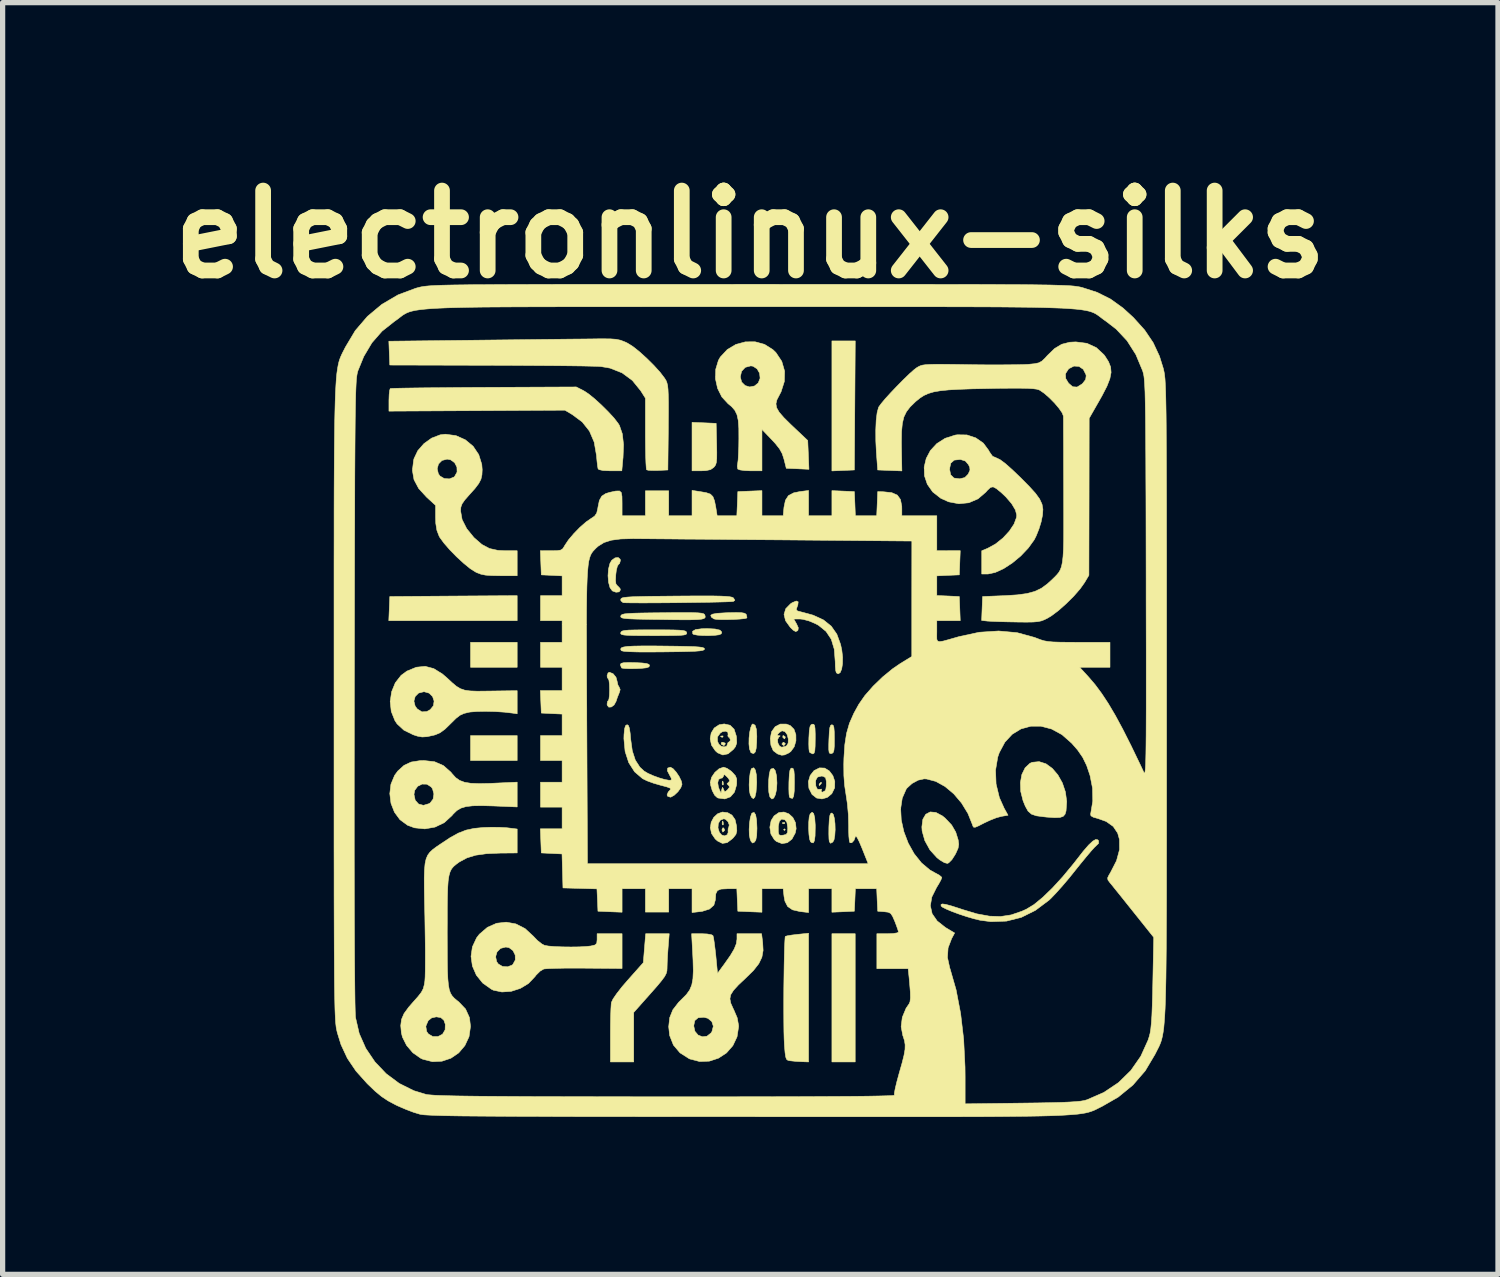
<source format=kicad_pcb>
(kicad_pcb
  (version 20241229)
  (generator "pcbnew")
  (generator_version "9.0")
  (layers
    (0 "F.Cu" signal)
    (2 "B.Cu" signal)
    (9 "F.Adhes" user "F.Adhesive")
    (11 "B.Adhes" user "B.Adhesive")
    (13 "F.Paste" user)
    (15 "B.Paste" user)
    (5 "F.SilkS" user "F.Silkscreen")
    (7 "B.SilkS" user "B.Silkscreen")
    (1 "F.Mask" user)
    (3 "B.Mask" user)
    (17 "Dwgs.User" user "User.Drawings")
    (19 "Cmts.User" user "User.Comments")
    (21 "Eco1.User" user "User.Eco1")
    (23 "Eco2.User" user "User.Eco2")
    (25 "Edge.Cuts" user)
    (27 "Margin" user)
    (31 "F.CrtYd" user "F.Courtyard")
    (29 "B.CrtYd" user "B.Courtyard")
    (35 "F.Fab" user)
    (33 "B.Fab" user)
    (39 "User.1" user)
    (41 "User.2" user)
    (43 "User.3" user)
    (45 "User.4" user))
  (footprint "electronlinux-silks"
    (layer "F.Cu")
    (at 11.256 10.308)
    (property "Reference" "electronlinux-silks" (at 0 -8.89 0) (layer "F.SilkS") (effects (font (size 1.524 1.524) (thickness 0.3))))
    (attr through_hole)
    (fp_poly (pts (xy -4.445 -0.635) (xy -5.334 -0.635) (xy -5.334 -1.111) (xy -4.445 -1.111) (xy -4.445 -0.635)) (stroke (width 0.01) (type solid)) (fill yes) (layer "F.SilkS"))
    (fp_poly (pts (xy -4.445 1.143) (xy -5.334 1.143) (xy -5.334 0.667) (xy -4.445 0.667) (xy -4.445 1.143)) (stroke (width 0.01) (type solid)) (fill yes) (layer "F.SilkS"))
    (fp_poly (pts (xy 0.667 2.461) (xy 0.651 2.477) (xy 0.635 2.461) (xy 0.651 2.445) (xy 0.667 2.461)) (stroke (width 0.01) (type solid)) (fill yes) (layer "F.SilkS"))
    (fp_poly (pts (xy 2 6.89) (xy 1.556 6.89) (xy 1.556 4.445) (xy 2 4.445) (xy 2 6.89)) (stroke (width 0.01) (type solid)) (fill yes) (layer "F.SilkS"))
    (fp_poly (pts (xy -4.445 -1.524) (xy -6.893 -1.524) (xy -6.883 -1.754) (xy -6.874 -1.984) (xy -5.659 -1.993) (xy -4.445 -2.001) (xy -4.445 -1.524)) (stroke (width 0.01) (type solid)) (fill yes) (layer "F.SilkS"))
    (fp_poly (pts (xy -0.519 0.677) (xy -0.523 0.696) (xy -0.54 0.699) (xy -0.566 0.687) (xy -0.561 0.677) (xy -0.523 0.674) (xy -0.519 0.677)) (stroke (width 0.01) (type solid)) (fill yes) (layer "F.SilkS"))
    (fp_poly (pts (xy -0.518 1.55) (xy -0.514 1.599) (xy -0.521 1.611) (xy -0.535 1.601) (xy -0.537 1.569) (xy -0.529 1.535) (xy -0.518 1.55)) (stroke (width 0.01) (type solid)) (fill yes) (layer "F.SilkS"))
    (fp_poly (pts (xy -0.518 2.312) (xy -0.514 2.361) (xy -0.521 2.373) (xy -0.535 2.363) (xy -0.537 2.331) (xy -0.529 2.297) (xy -0.518 2.312)) (stroke (width 0.01) (type solid)) (fill yes) (layer "F.SilkS"))
    (fp_poly (pts (xy 0.656 2.328) (xy 0.652 2.347) (xy 0.635 2.349) (xy 0.609 2.338) (xy 0.614 2.328) (xy 0.652 2.325) (xy 0.656 2.328)) (stroke (width 0.01) (type solid)) (fill yes) (layer "F.SilkS"))
    (fp_poly (pts (xy 1.984 -4.397) (xy 1.77 -4.388) (xy 1.556 -4.379) (xy 1.556 -6.858) (xy 1.778 -6.858) (xy 2.001 -6.858) (xy 1.984 -4.397)) (stroke (width 0.01) (type solid)) (fill yes) (layer "F.SilkS"))
    (fp_poly (pts (xy -0.507 2.429) (xy -0.489 2.467) (xy -0.493 2.479) (xy -0.524 2.507) (xy -0.539 2.475) (xy -0.54 2.459) (xy -0.524 2.426) (xy -0.507 2.429)) (stroke (width 0.01) (type solid)) (fill yes) (layer "F.SilkS"))
    (fp_poly (pts (xy -0.482 0.81) (xy -0.476 0.826) (xy -0.499 0.856) (xy -0.506 0.857) (xy -0.549 0.834) (xy -0.556 0.826) (xy -0.548 0.798) (xy -0.526 0.794) (xy -0.482 0.81)) (stroke (width 0.01) (type solid)) (fill yes) (layer "F.SilkS"))
    (fp_poly (pts (xy 0.665 0.69) (xy 0.667 0.699) (xy 0.656 0.729) (xy 0.653 0.73) (xy 0.626 0.708) (xy 0.619 0.699) (xy 0.622 0.669) (xy 0.633 0.667) (xy 0.665 0.69)) (stroke (width 0.01) (type solid)) (fill yes) (layer "F.SilkS"))
    (fp_poly (pts (xy 0.666 0.818) (xy 0.667 0.826) (xy 0.643 0.856) (xy 0.635 0.857) (xy 0.604 0.833) (xy 0.603 0.826) (xy 0.627 0.795) (xy 0.635 0.794) (xy 0.666 0.818)) (stroke (width 0.01) (type solid)) (fill yes) (layer "F.SilkS"))
    (fp_poly (pts (xy 1.355 1.576) (xy 1.349 1.587) (xy 1.319 1.618) (xy 1.314 1.619) (xy 1.312 1.599) (xy 1.318 1.587) (xy 1.348 1.557) (xy 1.353 1.556) (xy 1.355 1.576)) (stroke (width 0.01) (type solid)) (fill yes) (layer "F.SilkS"))
    (fp_poly (pts (xy -0.881 -5.296) (xy -0.651 -5.286) (xy -0.642 -4.898) (xy -0.639 -4.733) (xy -0.64 -4.619) (xy -0.647 -4.544) (xy -0.661 -4.495) (xy -0.684 -4.461) (xy -0.698 -4.446) (xy -0.758 -4.404) (xy -0.846 -4.385) (xy -0.937 -4.381) (xy -1.111 -4.381) (xy -1.111 -5.305) (xy -0.881 -5.296)) (stroke (width 0.01) (type solid)) (fill yes) (layer "F.SilkS"))
    (fp_poly (pts (xy -0.671 -1.365) (xy -0.578 -1.343) (xy -0.544 -1.306) (xy -0.554 -1.273) (xy -0.595 -1.255) (xy -0.68 -1.244) (xy -0.791 -1.239) (xy -0.907 -1.24) (xy -1.009 -1.248) (xy -1.079 -1.261) (xy -1.097 -1.273) (xy -1.101 -1.321) (xy -1.044 -1.354) (xy -0.926 -1.37) (xy -0.824 -1.373) (xy -0.671 -1.365)) (stroke (width 0.01) (type solid)) (fill yes) (layer "F.SilkS"))
    (fp_poly (pts (xy 0.097 1.325) (xy 0.116 1.418) (xy 0.122 1.554) (xy 0.12 1.606) (xy 0.109 1.749) (xy 0.088 1.838) (xy 0.059 1.871) (xy 0.025 1.845) (xy -0.003 1.789) (xy -0.018 1.712) (xy -0.022 1.605) (xy -0.017 1.487) (xy -0.003 1.381) (xy 0.017 1.309) (xy 0.027 1.294) (xy 0.066 1.281) (xy 0.097 1.325)) (stroke (width 0.01) (type solid)) (fill yes) (layer "F.SilkS"))
    (fp_poly (pts (xy 0.102 2.179) (xy 0.12 2.282) (xy 0.127 2.433) (xy 0.122 2.572) (xy 0.105 2.659) (xy 0.08 2.698) (xy 0.043 2.716) (xy 0.015 2.686) (xy -0.002 2.647) (xy -0.019 2.566) (xy -0.022 2.455) (xy -0.015 2.335) (xy 0.001 2.228) (xy 0.025 2.156) (xy 0.033 2.145) (xy 0.072 2.132) (xy 0.102 2.179)) (stroke (width 0.01) (type solid)) (fill yes) (layer "F.SilkS"))
    (fp_poly (pts (xy 0.477 1.337) (xy 0.5 1.435) (xy 0.508 1.572) (xy 0.5 1.697) (xy 0.478 1.795) (xy 0.447 1.858) (xy 0.412 1.877) (xy 0.378 1.844) (xy 0.369 1.823) (xy 0.353 1.746) (xy 0.347 1.638) (xy 0.35 1.519) (xy 0.361 1.41) (xy 0.379 1.33) (xy 0.395 1.304) (xy 0.441 1.292) (xy 0.477 1.337)) (stroke (width 0.01) (type solid)) (fill yes) (layer "F.SilkS"))
    (fp_poly (pts (xy 1.208 2.153) (xy 1.228 2.235) (xy 1.238 2.371) (xy 1.238 2.429) (xy 1.235 2.58) (xy 1.222 2.674) (xy 1.2 2.714) (xy 1.166 2.706) (xy 1.148 2.691) (xy 1.13 2.641) (xy 1.118 2.549) (xy 1.112 2.434) (xy 1.114 2.318) (xy 1.123 2.22) (xy 1.14 2.163) (xy 1.178 2.128) (xy 1.208 2.153)) (stroke (width 0.01) (type solid)) (fill yes) (layer "F.SilkS"))
    (fp_poly (pts (xy 0.091 0.47) (xy 0.116 0.547) (xy 0.124 0.681) (xy 0.121 0.794) (xy 0.112 0.911) (xy 0.096 0.978) (xy 0.069 1.006) (xy 0.058 1.01) (xy 0.013 0.994) (xy -0.016 0.921) (xy -0.016 0.921) (xy -0.026 0.826) (xy -0.024 0.715) (xy -0.012 0.604) (xy 0.009 0.511) (xy 0.034 0.454) (xy 0.05 0.445) (xy 0.091 0.47)) (stroke (width 0.01) (type solid)) (fill yes) (layer "F.SilkS"))
    (fp_poly (pts (xy -2.199 -0.724) (xy -2.061 -0.717) (xy -1.975 -0.706) (xy -1.932 -0.69) (xy -1.921 -0.667) (xy -1.934 -0.642) (xy -1.981 -0.625) (xy -2.073 -0.615) (xy -2.176 -0.61) (xy -2.298 -0.608) (xy -2.395 -0.612) (xy -2.449 -0.62) (xy -2.454 -0.623) (xy -2.475 -0.673) (xy -2.477 -0.689) (xy -2.463 -0.71) (xy -2.416 -0.722) (xy -2.325 -0.726) (xy -2.199 -0.724)) (stroke (width 0.01) (type solid)) (fill yes) (layer "F.SilkS"))
    (fp_poly (pts (xy 1.58 0.472) (xy 1.594 0.514) (xy 1.601 0.597) (xy 1.603 0.73) (xy 1.602 0.863) (xy 1.595 0.945) (xy 1.581 0.989) (xy 1.557 1.008) (xy 1.547 1.01) (xy 1.52 1.01) (xy 1.503 0.989) (xy 1.496 0.935) (xy 1.496 0.837) (xy 1.499 0.741) (xy 1.506 0.602) (xy 1.516 0.516) (xy 1.532 0.472) (xy 1.556 0.46) (xy 1.58 0.472)) (stroke (width 0.01) (type solid)) (fill yes) (layer "F.SilkS"))
    (fp_poly (pts (xy 1.583 2.172) (xy 1.603 2.246) (xy 1.615 2.349) (xy 1.618 2.463) (xy 1.611 2.572) (xy 1.596 2.656) (xy 1.573 2.697) (xy 1.531 2.721) (xy 1.508 2.693) (xy 1.507 2.692) (xy 1.5 2.639) (xy 1.497 2.543) (xy 1.498 2.421) (xy 1.499 2.394) (xy 1.506 2.264) (xy 1.518 2.186) (xy 1.537 2.149) (xy 1.556 2.143) (xy 1.583 2.172)) (stroke (width 0.01) (type solid)) (fill yes) (layer "F.SilkS"))
    (fp_poly (pts (xy 0.817 1.297) (xy 0.832 1.338) (xy 0.839 1.419) (xy 0.841 1.552) (xy 0.841 1.569) (xy 0.838 1.723) (xy 0.827 1.819) (xy 0.807 1.862) (xy 0.802 1.865) (xy 0.757 1.853) (xy 0.745 1.833) (xy 0.738 1.782) (xy 0.735 1.685) (xy 0.736 1.563) (xy 0.737 1.537) (xy 0.744 1.406) (xy 0.756 1.328) (xy 0.775 1.292) (xy 0.794 1.286) (xy 0.817 1.297)) (stroke (width 0.01) (type solid)) (fill yes) (layer "F.SilkS"))
    (fp_poly (pts (xy -0.169 -1.676) (xy -0.111 -1.666) (xy -0.082 -1.648) (xy -0.075 -1.635) (xy -0.064 -1.586) (xy -0.068 -1.574) (xy -0.111 -1.563) (xy -0.2 -1.554) (xy -0.316 -1.547) (xy -0.442 -1.544) (xy -0.559 -1.544) (xy -0.65 -1.549) (xy -0.693 -1.557) (xy -0.744 -1.593) (xy -0.754 -1.627) (xy -0.721 -1.648) (xy -0.633 -1.664) (xy -0.488 -1.673) (xy -0.418 -1.676) (xy -0.267 -1.679) (xy -0.169 -1.676)) (stroke (width 0.01) (type solid)) (fill yes) (layer "F.SilkS"))
    (fp_poly (pts (xy 1.209 0.452) (xy 1.226 0.475) (xy 1.234 0.532) (xy 1.238 0.634) (xy 1.238 0.728) (xy 1.236 0.867) (xy 1.23 0.955) (xy 1.217 1) (xy 1.195 1.016) (xy 1.19 1.016) (xy 1.137 0.992) (xy 1.125 0.973) (xy 1.118 0.922) (xy 1.115 0.827) (xy 1.117 0.708) (xy 1.118 0.696) (xy 1.125 0.572) (xy 1.138 0.498) (xy 1.158 0.461) (xy 1.183 0.45) (xy 1.209 0.452)) (stroke (width 0.01) (type solid)) (fill yes) (layer "F.SilkS"))
    (fp_poly (pts (xy 3.539 2.133) (xy 3.664 2.2) (xy 3.717 2.244) (xy 3.839 2.373) (xy 3.917 2.508) (xy 3.963 2.656) (xy 3.974 2.739) (xy 3.962 2.814) (xy 3.921 2.907) (xy 3.905 2.937) (xy 3.843 3.034) (xy 3.784 3.093) (xy 3.759 3.105) (xy 3.7 3.09) (xy 3.616 3.04) (xy 3.559 2.995) (xy 3.425 2.847) (xy 3.328 2.671) (xy 3.276 2.486) (xy 3.271 2.409) (xy 3.29 2.263) (xy 3.346 2.167) (xy 3.431 2.123) (xy 3.539 2.133)) (stroke (width 0.01) (type solid)) (fill yes) (layer "F.SilkS"))
    (fp_poly (pts (xy -2.481 -2.695) (xy -2.477 -2.67) (xy -2.493 -2.613) (xy -2.513 -2.597) (xy -2.535 -2.561) (xy -2.555 -2.481) (xy -2.565 -2.399) (xy -2.57 -2.288) (xy -2.562 -2.224) (xy -2.536 -2.19) (xy -2.528 -2.185) (xy -2.484 -2.138) (xy -2.477 -2.11) (xy -2.501 -2.073) (xy -2.56 -2.066) (xy -2.63 -2.091) (xy -2.675 -2.153) (xy -2.703 -2.256) (xy -2.713 -2.381) (xy -2.704 -2.508) (xy -2.676 -2.617) (xy -2.642 -2.675) (xy -2.579 -2.721) (xy -2.519 -2.728) (xy -2.481 -2.695)) (stroke (width 0.01) (type solid)) (fill yes) (layer "F.SilkS"))
    (fp_poly (pts (xy 5.637 1.205) (xy 5.758 1.293) (xy 5.864 1.417) (xy 5.95 1.57) (xy 6.008 1.742) (xy 6.033 1.925) (xy 6.02 2.105) (xy 6.001 2.167) (xy 5.966 2.207) (xy 5.904 2.228) (xy 5.804 2.232) (xy 5.655 2.222) (xy 5.591 2.215) (xy 5.454 2.197) (xy 5.361 2.165) (xy 5.296 2.108) (xy 5.243 2.013) (xy 5.2 1.907) (xy 5.156 1.732) (xy 5.15 1.562) (xy 5.178 1.408) (xy 5.24 1.282) (xy 5.33 1.197) (xy 5.374 1.177) (xy 5.507 1.164) (xy 5.637 1.205)) (stroke (width 0.01) (type solid)) (fill yes) (layer "F.SilkS"))
    (fp_poly (pts (xy -2.616 -0.512) (xy -2.561 -0.445) (xy -2.54 -0.369) (xy -2.524 -0.296) (xy -2.503 -0.261) (xy -2.481 -0.209) (xy -2.498 -0.151) (xy -2.533 -0.066) (xy -2.56 0.016) (xy -2.598 0.084) (xy -2.65 0.122) (xy -2.699 0.125) (xy -2.728 0.088) (xy -2.731 0.066) (xy -2.721 0.013) (xy -2.707 0) (xy -2.695 -0.029) (xy -2.686 -0.105) (xy -2.683 -0.206) (xy -2.686 -0.311) (xy -2.695 -0.386) (xy -2.707 -0.413) (xy -2.726 -0.439) (xy -2.731 -0.476) (xy -2.712 -0.528) (xy -2.685 -0.54) (xy -2.616 -0.512)) (stroke (width 0.01) (type solid)) (fill yes) (layer "F.SilkS"))
    (fp_poly (pts (xy -1.567 4.707) (xy -1.577 4.849) (xy -1.584 4.985) (xy -1.587 5.088) (xy -1.587 5.1) (xy -1.59 5.154) (xy -1.604 5.204) (xy -1.634 5.262) (xy -1.688 5.335) (xy -1.77 5.435) (xy -1.889 5.57) (xy -1.905 5.588) (xy -2.223 5.946) (xy -2.223 6.89) (xy -2.667 6.89) (xy -2.667 6.37) (xy -2.666 6.187) (xy -2.663 6.02) (xy -2.658 5.882) (xy -2.652 5.787) (xy -2.648 5.755) (xy -2.617 5.689) (xy -2.547 5.587) (xy -2.444 5.455) (xy -2.335 5.329) (xy -2.04 4.997) (xy -1.995 4.445) (xy -1.546 4.445) (xy -1.567 4.707)) (stroke (width 0.01) (type solid)) (fill yes) (layer "F.SilkS"))
    (fp_poly (pts (xy 1.111 6.89) (xy 0.976 6.885) (xy 0.868 6.879) (xy 0.772 6.869) (xy 0.757 6.867) (xy 0.717 6.859) (xy 0.691 6.839) (xy 0.675 6.795) (xy 0.663 6.716) (xy 0.652 6.588) (xy 0.65 6.556) (xy 0.645 6.455) (xy 0.641 6.311) (xy 0.639 6.133) (xy 0.638 5.93) (xy 0.638 5.711) (xy 0.639 5.485) (xy 0.642 5.263) (xy 0.645 5.052) (xy 0.649 4.863) (xy 0.653 4.703) (xy 0.659 4.583) (xy 0.664 4.512) (xy 0.668 4.496) (xy 0.706 4.485) (xy 0.789 4.471) (xy 0.898 4.458) (xy 1.111 4.436) (xy 1.111 6.89)) (stroke (width 0.01) (type solid)) (fill yes) (layer "F.SilkS"))
    (fp_poly (pts (xy -1.84 -1.042) (xy -1.649 -1.04) (xy -1.404 -1.037) (xy -1.215 -1.033) (xy -1.076 -1.029) (xy -0.979 -1.022) (xy -0.918 -1.014) (xy -0.885 -1.002) (xy -0.873 -0.988) (xy -0.873 -0.984) (xy -0.881 -0.969) (xy -0.908 -0.957) (xy -0.962 -0.948) (xy -1.049 -0.941) (xy -1.178 -0.936) (xy -1.353 -0.932) (xy -1.584 -0.929) (xy -1.657 -0.928) (xy -1.932 -0.926) (xy -2.147 -0.927) (xy -2.304 -0.932) (xy -2.406 -0.939) (xy -2.456 -0.95) (xy -2.462 -0.955) (xy -2.472 -0.983) (xy -2.459 -1.005) (xy -2.418 -1.021) (xy -2.341 -1.033) (xy -2.223 -1.039) (xy -2.058 -1.042) (xy -1.84 -1.042)) (stroke (width 0.01) (type solid)) (fill yes) (layer "F.SilkS"))
    (fp_poly (pts (xy -1.628 -1.349) (xy -1.469 -1.347) (xy -1.358 -1.343) (xy -1.284 -1.337) (xy -1.241 -1.326) (xy -1.22 -1.312) (xy -1.213 -1.294) (xy -1.213 -1.275) (xy -1.228 -1.261) (xy -1.265 -1.251) (xy -1.333 -1.244) (xy -1.439 -1.241) (xy -1.592 -1.239) (xy -1.798 -1.238) (xy -1.841 -1.238) (xy -2.059 -1.239) (xy -2.22 -1.24) (xy -2.334 -1.244) (xy -2.408 -1.25) (xy -2.45 -1.259) (xy -2.469 -1.272) (xy -2.471 -1.29) (xy -2.47 -1.294) (xy -2.462 -1.313) (xy -2.439 -1.327) (xy -2.394 -1.337) (xy -2.319 -1.344) (xy -2.204 -1.347) (xy -2.042 -1.349) (xy -1.841 -1.349) (xy -1.628 -1.349)) (stroke (width 0.01) (type solid)) (fill yes) (layer "F.SilkS"))
    (fp_poly (pts (xy 0.734 2.159) (xy 0.811 2.229) (xy 0.861 2.327) (xy 0.874 2.443) (xy 0.857 2.525) (xy 0.794 2.641) (xy 0.706 2.71) (xy 0.604 2.727) (xy 0.5 2.687) (xy 0.459 2.653) (xy 0.393 2.546) (xy 0.373 2.417) (xy 0.534 2.417) (xy 0.534 2.511) (xy 0.546 2.557) (xy 0.577 2.57) (xy 0.627 2.566) (xy 0.684 2.552) (xy 0.709 2.516) (xy 0.714 2.437) (xy 0.714 2.432) (xy 0.698 2.323) (xy 0.66 2.274) (xy 0.597 2.259) (xy 0.554 2.301) (xy 0.534 2.396) (xy 0.534 2.417) (xy 0.373 2.417) (xy 0.372 2.417) (xy 0.397 2.288) (xy 0.453 2.199) (xy 0.545 2.135) (xy 0.642 2.125) (xy 0.734 2.159)) (stroke (width 0.01) (type solid)) (fill yes) (layer "F.SilkS"))
    (fp_poly (pts (xy -1.095 -1.677) (xy -0.996 -1.673) (xy -0.93 -1.666) (xy -0.891 -1.656) (xy -0.873 -1.642) (xy -0.868 -1.634) (xy -0.86 -1.605) (xy -0.862 -1.583) (xy -0.883 -1.565) (xy -0.927 -1.553) (xy -1.002 -1.545) (xy -1.115 -1.541) (xy -1.27 -1.54) (xy -1.475 -1.542) (xy -1.736 -1.546) (xy -1.788 -1.546) (xy -2.015 -1.55) (xy -2.187 -1.554) (xy -2.31 -1.559) (xy -2.392 -1.566) (xy -2.441 -1.575) (xy -2.465 -1.588) (xy -2.471 -1.604) (xy -2.47 -1.612) (xy -2.462 -1.629) (xy -2.441 -1.642) (xy -2.399 -1.653) (xy -2.329 -1.66) (xy -2.223 -1.666) (xy -2.075 -1.67) (xy -1.876 -1.673) (xy -1.674 -1.675) (xy -1.427 -1.678) (xy -1.237 -1.678) (xy -1.095 -1.677)) (stroke (width 0.01) (type solid)) (fill yes) (layer "F.SilkS"))
    (fp_poly (pts (xy -0.7 -1.995) (xy -0.561 -1.992) (xy -0.461 -1.987) (xy -0.392 -1.98) (xy -0.348 -1.971) (xy -0.324 -1.959) (xy -0.318 -1.953) (xy -0.295 -1.912) (xy -0.322 -1.891) (xy -0.363 -1.887) (xy -0.459 -1.883) (xy -0.599 -1.879) (xy -0.775 -1.875) (xy -0.976 -1.872) (xy -1.195 -1.869) (xy -1.421 -1.866) (xy -1.645 -1.864) (xy -1.858 -1.863) (xy -2.05 -1.862) (xy -2.213 -1.863) (xy -2.336 -1.864) (xy -2.41 -1.866) (xy -2.426 -1.868) (xy -2.467 -1.902) (xy -2.47 -1.931) (xy -2.462 -1.946) (xy -2.442 -1.958) (xy -2.402 -1.967) (xy -2.336 -1.974) (xy -2.238 -1.98) (xy -2.101 -1.984) (xy -1.92 -1.988) (xy -1.688 -1.99) (xy -1.409 -1.993) (xy -1.118 -1.995) (xy -0.883 -1.995) (xy -0.7 -1.995)) (stroke (width 0.01) (type solid)) (fill yes) (layer "F.SilkS"))
    (fp_poly (pts (xy -0.432 2.137) (xy -0.35 2.184) (xy -0.291 2.268) (xy -0.263 2.389) (xy -0.257 2.486) (xy -0.274 2.551) (xy -0.324 2.615) (xy -0.343 2.634) (xy -0.442 2.709) (xy -0.532 2.723) (xy -0.625 2.677) (xy -0.669 2.638) (xy -0.739 2.535) (xy -0.761 2.428) (xy -0.616 2.428) (xy -0.59 2.512) (xy -0.546 2.563) (xy -0.489 2.58) (xy -0.439 2.557) (xy -0.421 2.508) (xy -0.425 2.491) (xy -0.422 2.437) (xy -0.414 2.425) (xy -0.401 2.372) (xy -0.425 2.309) (xy -0.473 2.263) (xy -0.506 2.254) (xy -0.572 2.28) (xy -0.61 2.344) (xy -0.616 2.428) (xy -0.761 2.428) (xy -0.762 2.426) (xy -0.746 2.32) (xy -0.697 2.227) (xy -0.624 2.159) (xy -0.533 2.125) (xy -0.432 2.137)) (stroke (width 0.01) (type solid)) (fill yes) (layer "F.SilkS"))
    (fp_poly (pts (xy 1.418 1.287) (xy 1.506 1.341) (xy 1.574 1.431) (xy 1.611 1.542) (xy 1.608 1.661) (xy 1.607 1.666) (xy 1.554 1.775) (xy 1.468 1.846) (xy 1.367 1.875) (xy 1.264 1.858) (xy 1.177 1.79) (xy 1.117 1.671) (xy 1.107 1.545) (xy 1.114 1.522) (xy 1.245 1.522) (xy 1.249 1.625) (xy 1.252 1.636) (xy 1.28 1.691) (xy 1.323 1.692) (xy 1.359 1.688) (xy 1.353 1.709) (xy 1.355 1.741) (xy 1.377 1.746) (xy 1.425 1.72) (xy 1.44 1.691) (xy 1.45 1.618) (xy 1.45 1.541) (xy 1.436 1.471) (xy 1.391 1.444) (xy 1.359 1.439) (xy 1.282 1.458) (xy 1.245 1.522) (xy 1.114 1.522) (xy 1.142 1.428) (xy 1.216 1.334) (xy 1.32 1.283) (xy 1.418 1.287)) (stroke (width 0.01) (type solid)) (fill yes) (layer "F.SilkS"))
    (fp_poly (pts (xy 0.762 0.476) (xy 0.833 0.547) (xy 0.869 0.65) (xy 0.87 0.768) (xy 0.837 0.881) (xy 0.772 0.971) (xy 0.729 1.001) (xy 0.653 1.036) (xy 0.598 1.042) (xy 0.531 1.021) (xy 0.518 1.016) (xy 0.437 0.955) (xy 0.393 0.851) (xy 0.381 0.722) (xy 0.394 0.653) (xy 0.515 0.653) (xy 0.529 0.667) (xy 0.541 0.667) (xy 0.57 0.674) (xy 0.546 0.694) (xy 0.52 0.742) (xy 0.526 0.809) (xy 0.557 0.867) (xy 0.599 0.889) (xy 0.671 0.872) (xy 0.693 0.861) (xy 0.722 0.811) (xy 0.724 0.731) (xy 0.703 0.649) (xy 0.662 0.593) (xy 0.659 0.591) (xy 0.604 0.576) (xy 0.549 0.612) (xy 0.515 0.653) (xy 0.394 0.653) (xy 0.406 0.593) (xy 0.474 0.498) (xy 0.571 0.448) (xy 0.687 0.448) (xy 0.762 0.476)) (stroke (width 0.01) (type solid)) (fill yes) (layer "F.SilkS"))
    (fp_poly (pts (xy -0.386 0.47) (xy -0.309 0.546) (xy -0.267 0.676) (xy -0.263 0.707) (xy -0.259 0.808) (xy -0.283 0.879) (xy -0.322 0.93) (xy -0.424 1.015) (xy -0.524 1.037) (xy -0.623 0.996) (xy -0.666 0.958) (xy -0.74 0.849) (xy -0.765 0.731) (xy -0.759 0.694) (xy -0.627 0.694) (xy -0.625 0.776) (xy -0.601 0.83) (xy -0.558 0.869) (xy -0.5 0.883) (xy -0.452 0.871) (xy -0.436 0.834) (xy -0.437 0.833) (xy -0.424 0.797) (xy -0.413 0.794) (xy -0.385 0.768) (xy -0.381 0.746) (xy -0.398 0.704) (xy -0.412 0.699) (xy -0.429 0.675) (xy -0.424 0.651) (xy -0.428 0.603) (xy -0.47 0.583) (xy -0.531 0.593) (xy -0.573 0.62) (xy -0.627 0.694) (xy -0.759 0.694) (xy -0.746 0.618) (xy -0.688 0.523) (xy -0.594 0.461) (xy -0.498 0.445) (xy -0.386 0.47)) (stroke (width 0.01) (type solid)) (fill yes) (layer "F.SilkS"))
    (fp_poly (pts (xy -3.175 -5.907) (xy -3.082 -5.846) (xy -2.965 -5.751) (xy -2.837 -5.634) (xy -2.711 -5.509) (xy -2.601 -5.39) (xy -2.522 -5.288) (xy -2.496 -5.247) (xy -2.44 -5.085) (xy -2.417 -4.879) (xy -2.427 -4.624) (xy -2.428 -4.622) (xy -2.45 -4.381) (xy -2.671 -4.381) (xy -2.808 -4.387) (xy -2.885 -4.404) (xy -2.903 -4.421) (xy -2.912 -4.472) (xy -2.923 -4.565) (xy -2.933 -4.676) (xy -2.977 -4.929) (xy -3.067 -5.139) (xy -3.205 -5.313) (xy -3.395 -5.454) (xy -3.535 -5.537) (xy -5.212 -5.528) (xy -6.89 -5.519) (xy -6.89 -5.726) (xy -6.886 -5.835) (xy -6.877 -5.915) (xy -6.865 -5.949) (xy -6.83 -5.952) (xy -6.737 -5.955) (xy -6.592 -5.958) (xy -6.401 -5.961) (xy -6.169 -5.964) (xy -5.904 -5.966) (xy -5.609 -5.969) (xy -5.292 -5.971) (xy -5.079 -5.972) (xy -3.318 -5.98) (xy -3.175 -5.907)) (stroke (width 0.01) (type solid)) (fill yes) (layer "F.SilkS"))
    (fp_poly (pts (xy 0.913 -1.883) (xy 0.906 -1.822) (xy 0.895 -1.794) (xy 0.876 -1.736) (xy 0.899 -1.709) (xy 0.945 -1.697) (xy 1.197 -1.629) (xy 1.395 -1.538) (xy 1.543 -1.419) (xy 1.65 -1.266) (xy 1.721 -1.072) (xy 1.744 -0.965) (xy 1.76 -0.828) (xy 1.758 -0.703) (xy 1.742 -0.601) (xy 1.713 -0.533) (xy 1.675 -0.51) (xy 1.641 -0.529) (xy 1.629 -0.57) (xy 1.621 -0.654) (xy 1.619 -0.743) (xy 1.601 -0.979) (xy 1.544 -1.169) (xy 1.444 -1.319) (xy 1.3 -1.436) (xy 1.24 -1.468) (xy 1.119 -1.519) (xy 1.002 -1.55) (xy 0.948 -1.556) (xy 0.828 -1.556) (xy 0.882 -1.462) (xy 0.915 -1.389) (xy 0.909 -1.343) (xy 0.898 -1.33) (xy 0.864 -1.316) (xy 0.816 -1.344) (xy 0.763 -1.396) (xy 0.672 -1.523) (xy 0.643 -1.643) (xy 0.676 -1.752) (xy 0.769 -1.847) (xy 0.8 -1.867) (xy 0.877 -1.899) (xy 0.913 -1.883)) (stroke (width 0.01) (type solid)) (fill yes) (layer "F.SilkS"))
    (fp_poly (pts (xy 6.625 2.655) (xy 6.64 2.672) (xy 6.641 2.722) (xy 6.603 2.759) (xy 6.562 2.798) (xy 6.49 2.878) (xy 6.396 2.99) (xy 6.287 3.123) (xy 6.206 3.224) (xy 6.081 3.38) (xy 5.953 3.531) (xy 5.834 3.664) (xy 5.736 3.767) (xy 5.696 3.805) (xy 5.436 4) (xy 5.166 4.134) (xy 4.883 4.205) (xy 4.586 4.215) (xy 4.381 4.188) (xy 4.265 4.16) (xy 4.128 4.12) (xy 3.986 4.073) (xy 3.852 4.024) (xy 3.74 3.977) (xy 3.664 3.939) (xy 3.638 3.917) (xy 3.636 3.888) (xy 3.663 3.877) (xy 3.727 3.886) (xy 3.834 3.915) (xy 3.991 3.965) (xy 4.043 3.983) (xy 4.319 4.066) (xy 4.558 4.11) (xy 4.772 4.117) (xy 4.975 4.086) (xy 5.179 4.016) (xy 5.265 3.977) (xy 5.408 3.89) (xy 5.575 3.753) (xy 5.76 3.574) (xy 5.957 3.359) (xy 6.159 3.115) (xy 6.217 3.041) (xy 6.349 2.872) (xy 6.452 2.753) (xy 6.53 2.68) (xy 6.586 2.648) (xy 6.625 2.655)) (stroke (width 0.01) (type solid)) (fill yes) (layer "F.SilkS"))
    (fp_poly (pts (xy -0.444 1.292) (xy -0.366 1.345) (xy -0.343 1.367) (xy -0.283 1.434) (xy -0.259 1.496) (xy -0.26 1.582) (xy -0.263 1.612) (xy -0.302 1.745) (xy -0.379 1.835) (xy -0.486 1.875) (xy -0.612 1.858) (xy -0.628 1.852) (xy -0.68 1.804) (xy -0.726 1.716) (xy -0.756 1.613) (xy -0.761 1.566) (xy -0.621 1.566) (xy -0.608 1.65) (xy -0.589 1.699) (xy -0.558 1.762) (xy -0.545 1.699) (xy -0.532 1.654) (xy -0.519 1.671) (xy -0.51 1.695) (xy -0.49 1.735) (xy -0.464 1.727) (xy -0.432 1.698) (xy -0.397 1.651) (xy -0.41 1.62) (xy -0.418 1.615) (xy -0.444 1.586) (xy -0.416 1.559) (xy -0.393 1.53) (xy -0.413 1.489) (xy -0.44 1.458) (xy -0.487 1.414) (xy -0.506 1.419) (xy -0.508 1.435) (xy -0.533 1.475) (xy -0.564 1.481) (xy -0.605 1.503) (xy -0.621 1.566) (xy -0.761 1.566) (xy -0.762 1.555) (xy -0.738 1.462) (xy -0.676 1.37) (xy -0.595 1.3) (xy -0.511 1.27) (xy -0.508 1.27) (xy -0.444 1.292)) (stroke (width 0.01) (type solid)) (fill yes) (layer "F.SilkS"))
    (fp_poly (pts (xy -2.324 0.475) (xy -2.306 0.525) (xy -2.291 0.62) (xy -2.281 0.734) (xy -2.25 0.959) (xy -2.193 1.134) (xy -2.106 1.269) (xy -2.024 1.345) (xy -1.951 1.388) (xy -1.85 1.433) (xy -1.737 1.474) (xy -1.631 1.505) (xy -1.547 1.52) (xy -1.505 1.515) (xy -1.507 1.479) (xy -1.537 1.424) (xy -1.581 1.339) (xy -1.576 1.287) (xy -1.525 1.27) (xy -1.475 1.296) (xy -1.415 1.362) (xy -1.357 1.448) (xy -1.315 1.535) (xy -1.302 1.596) (xy -1.325 1.661) (xy -1.38 1.738) (xy -1.45 1.804) (xy -1.514 1.84) (xy -1.527 1.841) (xy -1.577 1.823) (xy -1.587 1.798) (xy -1.565 1.743) (xy -1.536 1.712) (xy -1.518 1.688) (xy -1.532 1.668) (xy -1.59 1.646) (xy -1.699 1.617) (xy -1.715 1.613) (xy -1.846 1.575) (xy -1.969 1.53) (xy -2.054 1.488) (xy -2.206 1.358) (xy -2.318 1.183) (xy -2.387 0.97) (xy -2.41 0.725) (xy -2.408 0.651) (xy -2.397 0.538) (xy -2.379 0.478) (xy -2.35 0.46) (xy -2.349 0.46) (xy -2.324 0.475)) (stroke (width 0.01) (type solid)) (fill yes) (layer "F.SilkS"))
    (fp_poly (pts (xy -6.02 1.166) (xy -5.852 1.239) (xy -5.709 1.365) (xy -5.685 1.395) (xy -5.618 1.469) (xy -5.543 1.522) (xy -5.45 1.557) (xy -5.329 1.577) (xy -5.17 1.583) (xy -4.961 1.579) (xy -4.882 1.575) (xy -4.445 1.555) (xy -4.445 2.028) (xy -4.899 2.009) (xy -5.121 2.003) (xy -5.292 2.006) (xy -5.42 2.021) (xy -5.517 2.05) (xy -5.595 2.096) (xy -5.663 2.162) (xy -5.689 2.193) (xy -5.835 2.327) (xy -6.012 2.412) (xy -6.205 2.446) (xy -6.402 2.426) (xy -6.535 2.377) (xy -6.679 2.272) (xy -6.785 2.128) (xy -6.851 1.959) (xy -6.872 1.788) (xy -6.413 1.788) (xy -6.389 1.901) (xy -6.324 1.973) (xy -6.232 1.997) (xy -6.128 1.966) (xy -6.103 1.951) (xy -6.048 1.878) (xy -6.033 1.78) (xy -6.059 1.682) (xy -6.085 1.646) (xy -6.167 1.594) (xy -6.258 1.592) (xy -6.341 1.633) (xy -6.398 1.71) (xy -6.413 1.788) (xy -6.872 1.788) (xy -6.874 1.776) (xy -6.852 1.594) (xy -6.782 1.426) (xy -6.721 1.343) (xy -6.602 1.235) (xy -6.467 1.172) (xy -6.297 1.145) (xy -6.223 1.143) (xy -6.02 1.166)) (stroke (width 0.01) (type solid)) (fill yes) (layer "F.SilkS"))
    (fp_poly (pts (xy -2.669 -6.897) (xy -2.56 -6.889) (xy -2.474 -6.871) (xy -2.389 -6.838) (xy -2.341 -6.815) (xy -2.239 -6.751) (xy -2.112 -6.65) (xy -1.974 -6.525) (xy -1.839 -6.391) (xy -1.721 -6.261) (xy -1.634 -6.147) (xy -1.605 -6.1) (xy -1.59 -6.061) (xy -1.577 -6.009) (xy -1.569 -5.935) (xy -1.564 -5.831) (xy -1.561 -5.69) (xy -1.561 -5.503) (xy -1.563 -5.262) (xy -1.563 -5.2) (xy -1.572 -4.397) (xy -1.763 -4.388) (xy -1.869 -4.387) (xy -1.947 -4.392) (xy -1.978 -4.401) (xy -1.984 -4.438) (xy -1.99 -4.529) (xy -1.995 -4.665) (xy -1.998 -4.834) (xy -2 -5.029) (xy -2 -5.095) (xy -2 -5.766) (xy -2.09 -5.908) (xy -2.249 -6.104) (xy -2.444 -6.248) (xy -2.674 -6.339) (xy -2.847 -6.369) (xy -2.912 -6.373) (xy -3.034 -6.376) (xy -3.207 -6.38) (xy -3.426 -6.383) (xy -3.683 -6.386) (xy -3.972 -6.388) (xy -4.288 -6.39) (xy -4.624 -6.392) (xy -4.953 -6.393) (xy -6.874 -6.398) (xy -6.892 -6.852) (xy -5.01 -6.874) (xy -4.659 -6.878) (xy -4.32 -6.882) (xy -3.997 -6.886) (xy -3.699 -6.889) (xy -3.432 -6.892) (xy -3.203 -6.894) (xy -3.018 -6.896) (xy -2.885 -6.898) (xy -2.821 -6.898) (xy -2.669 -6.897)) (stroke (width 0.01) (type solid)) (fill yes) (layer "F.SilkS"))
    (fp_poly (pts (xy -6.036 -0.61) (xy -5.87 -0.507) (xy -5.781 -0.43) (xy -5.683 -0.339) (xy -5.603 -0.272) (xy -5.528 -0.227) (xy -5.446 -0.199) (xy -5.343 -0.184) (xy -5.206 -0.179) (xy -5.024 -0.181) (xy -4.945 -0.182) (xy -4.445 -0.189) (xy -4.445 0.252) (xy -4.532 0.239) (xy -4.687 0.221) (xy -4.865 0.209) (xy -5.048 0.205) (xy -5.213 0.208) (xy -5.341 0.218) (xy -5.364 0.222) (xy -5.459 0.245) (xy -5.536 0.28) (xy -5.612 0.339) (xy -5.708 0.434) (xy -5.713 0.439) (xy -5.823 0.546) (xy -5.915 0.613) (xy -6.008 0.653) (xy -6.039 0.661) (xy -6.163 0.688) (xy -6.256 0.694) (xy -6.346 0.678) (xy -6.428 0.651) (xy -6.605 0.564) (xy -6.734 0.445) (xy -6.776 0.382) (xy -6.846 0.207) (xy -6.866 0.019) (xy -6.865 0.01) (xy -6.414 0.01) (xy -6.39 0.106) (xy -6.35 0.159) (xy -6.262 0.215) (xy -6.169 0.209) (xy -6.103 0.173) (xy -6.042 0.098) (xy -6.029 0.009) (xy -6.058 -0.077) (xy -6.124 -0.142) (xy -6.219 -0.169) (xy -6.223 -0.169) (xy -6.324 -0.144) (xy -6.39 -0.078) (xy -6.414 0.01) (xy -6.865 0.01) (xy -6.839 -0.168) (xy -6.769 -0.339) (xy -6.658 -0.481) (xy -6.548 -0.562) (xy -6.368 -0.636) (xy -6.199 -0.653) (xy -6.036 -0.61)) (stroke (width 0.01) (type solid)) (fill yes) (layer "F.SilkS"))
    (fp_poly (pts (xy -4.47 4.258) (xy -4.295 4.347) (xy -4.142 4.488) (xy -4.059 4.574) (xy -3.974 4.641) (xy -3.926 4.666) (xy -3.852 4.68) (xy -3.732 4.69) (xy -3.582 4.696) (xy -3.419 4.698) (xy -3.261 4.696) (xy -3.124 4.688) (xy -3.04 4.679) (xy -2.962 4.66) (xy -2.928 4.628) (xy -2.921 4.561) (xy -2.921 4.552) (xy -2.921 4.445) (xy -2.445 4.445) (xy -2.445 5.108) (xy -3.151 5.102) (xy -3.361 5.101) (xy -3.554 5.102) (xy -3.72 5.106) (xy -3.847 5.11) (xy -3.925 5.116) (xy -3.94 5.119) (xy -4.008 5.159) (xy -4.082 5.232) (xy -4.108 5.266) (xy -4.23 5.394) (xy -4.386 5.488) (xy -4.56 5.544) (xy -4.736 5.556) (xy -4.898 5.522) (xy -4.937 5.503) (xy -5.103 5.385) (xy -5.224 5.234) (xy -5.299 5.061) (xy -5.324 4.883) (xy -4.856 4.883) (xy -4.836 4.978) (xy -4.805 5.022) (xy -4.725 5.069) (xy -4.626 5.076) (xy -4.539 5.041) (xy -4.527 5.03) (xy -4.481 4.946) (xy -4.483 4.852) (xy -4.525 4.767) (xy -4.599 4.711) (xy -4.662 4.699) (xy -4.762 4.725) (xy -4.829 4.792) (xy -4.856 4.883) (xy -5.324 4.883) (xy -5.325 4.878) (xy -5.299 4.696) (xy -5.219 4.524) (xy -5.166 4.455) (xy -5.012 4.323) (xy -4.838 4.246) (xy -4.654 4.225) (xy -4.47 4.258)) (stroke (width 0.01) (type solid)) (fill yes) (layer "F.SilkS"))
    (fp_poly (pts (xy -5.612 -5.052) (xy -5.433 -4.972) (xy -5.285 -4.849) (xy -5.178 -4.69) (xy -5.12 -4.504) (xy -5.112 -4.403) (xy -5.117 -4.303) (xy -5.136 -4.22) (xy -5.178 -4.139) (xy -5.25 -4.044) (xy -5.355 -3.927) (xy -5.443 -3.827) (xy -5.495 -3.753) (xy -5.519 -3.688) (xy -5.524 -3.616) (xy -5.495 -3.451) (xy -5.408 -3.279) (xy -5.27 -3.109) (xy -5.26 -3.1) (xy -5.117 -2.976) (xy -4.975 -2.9) (xy -4.813 -2.864) (xy -4.67 -2.857) (xy -4.445 -2.857) (xy -4.445 -2.381) (xy -4.77 -2.381) (xy -4.932 -2.384) (xy -5.048 -2.392) (xy -5.136 -2.41) (xy -5.215 -2.44) (xy -5.239 -2.452) (xy -5.34 -2.516) (xy -5.465 -2.618) (xy -5.6 -2.742) (xy -5.73 -2.875) (xy -5.841 -3.003) (xy -5.92 -3.111) (xy -5.934 -3.137) (xy -5.976 -3.247) (xy -5.997 -3.378) (xy -6.001 -3.495) (xy -6.001 -3.722) (xy -6.173 -3.88) (xy -6.323 -4.044) (xy -6.412 -4.212) (xy -6.443 -4.39) (xy -6.439 -4.421) (xy -5.97 -4.421) (xy -5.948 -4.325) (xy -5.916 -4.281) (xy -5.836 -4.234) (xy -5.737 -4.227) (xy -5.65 -4.262) (xy -5.638 -4.273) (xy -5.591 -4.357) (xy -5.594 -4.451) (xy -5.637 -4.535) (xy -5.714 -4.591) (xy -5.781 -4.604) (xy -5.88 -4.578) (xy -5.945 -4.511) (xy -5.97 -4.421) (xy -6.439 -4.421) (xy -6.419 -4.586) (xy -6.412 -4.613) (xy -6.34 -4.765) (xy -6.222 -4.9) (xy -6.075 -5.005) (xy -5.913 -5.067) (xy -5.814 -5.079) (xy -5.612 -5.052)) (stroke (width 0.01) (type solid)) (fill yes) (layer "F.SilkS"))
    (fp_poly (pts (xy 0.271 -6.792) (xy 0.431 -6.691) (xy 0.488 -6.636) (xy 0.6 -6.468) (xy 0.654 -6.281) (xy 0.649 -6.084) (xy 0.586 -5.887) (xy 0.553 -5.824) (xy 0.507 -5.735) (xy 0.489 -5.658) (xy 0.502 -5.583) (xy 0.55 -5.499) (xy 0.638 -5.397) (xy 0.769 -5.267) (xy 0.804 -5.234) (xy 1.095 -4.959) (xy 1.107 -4.685) (xy 1.118 -4.41) (xy 0.902 -4.42) (xy 0.686 -4.429) (xy 0.642 -4.604) (xy 0.608 -4.709) (xy 0.557 -4.801) (xy 0.477 -4.902) (xy 0.41 -4.974) (xy 0.222 -5.17) (xy 0.222 -4.381) (xy 0.002 -4.381) (xy -0.111 -4.386) (xy -0.197 -4.398) (xy -0.239 -4.415) (xy -0.239 -4.415) (xy -0.248 -4.469) (xy -0.24 -4.527) (xy -0.232 -4.588) (xy -0.226 -4.698) (xy -0.22 -4.84) (xy -0.218 -4.996) (xy -0.219 -5.194) (xy -0.23 -5.342) (xy -0.254 -5.451) (xy -0.295 -5.535) (xy -0.357 -5.606) (xy -0.424 -5.661) (xy -0.543 -5.79) (xy -0.624 -5.953) (xy -0.664 -6.134) (xy -0.663 -6.172) (xy -0.191 -6.172) (xy -0.165 -6.073) (xy -0.099 -6.007) (xy -0.012 -5.98) (xy 0.08 -5.998) (xy 0.151 -6.056) (xy 0.187 -6.146) (xy 0.177 -6.242) (xy 0.129 -6.325) (xy 0.053 -6.375) (xy 0.009 -6.382) (xy -0.096 -6.354) (xy -0.166 -6.279) (xy -0.191 -6.172) (xy -0.663 -6.172) (xy -0.659 -6.318) (xy -0.608 -6.487) (xy -0.572 -6.55) (xy -0.438 -6.694) (xy -0.275 -6.791) (xy -0.094 -6.84) (xy 0.092 -6.841) (xy 0.271 -6.792)) (stroke (width 0.01) (type solid)) (fill yes) (layer "F.SilkS"))
    (fp_poly (pts (xy -0.821 4.45) (xy -0.743 4.464) (xy -0.713 4.479) (xy -0.701 4.523) (xy -0.687 4.616) (xy -0.671 4.743) (xy -0.658 4.857) (xy -0.625 5.201) (xy -0.49 5.017) (xy -0.379 4.859) (xy -0.307 4.737) (xy -0.267 4.637) (xy -0.254 4.549) (xy -0.254 4.542) (xy -0.254 4.445) (xy 0.215 4.445) (xy 0.236 4.614) (xy 0.244 4.764) (xy 0.221 4.893) (xy 0.162 5.016) (xy 0.061 5.145) (xy -0.089 5.292) (xy -0.09 5.293) (xy -0.228 5.423) (xy -0.321 5.525) (xy -0.374 5.609) (xy -0.389 5.686) (xy -0.373 5.769) (xy -0.329 5.868) (xy -0.319 5.887) (xy -0.25 6.048) (xy -0.224 6.191) (xy -0.223 6.218) (xy -0.253 6.411) (xy -0.333 6.58) (xy -0.454 6.718) (xy -0.607 6.818) (xy -0.781 6.875) (xy -0.966 6.882) (xy -1.154 6.833) (xy -1.167 6.827) (xy -1.341 6.716) (xy -1.466 6.568) (xy -1.538 6.385) (xy -1.556 6.218) (xy -1.554 6.201) (xy -1.079 6.201) (xy -1.056 6.306) (xy -0.995 6.378) (xy -0.913 6.41) (xy -0.826 6.399) (xy -0.75 6.339) (xy -0.731 6.31) (xy -0.705 6.209) (xy -0.734 6.12) (xy -0.809 6.058) (xy -0.884 6.038) (xy -0.994 6.047) (xy -1.058 6.101) (xy -1.079 6.201) (xy -1.554 6.201) (xy -1.537 6.046) (xy -1.477 5.896) (xy -1.366 5.752) (xy -1.301 5.688) (xy -1.217 5.603) (xy -1.156 5.518) (xy -1.116 5.422) (xy -1.094 5.304) (xy -1.087 5.151) (xy -1.092 4.951) (xy -1.097 4.85) (xy -1.119 4.445) (xy -0.927 4.445) (xy -0.821 4.45)) (stroke (width 0.01) (type solid)) (fill yes) (layer "F.SilkS"))
    (fp_poly (pts (xy 4.13 -5.065) (xy 4.299 -5.009) (xy 4.443 -4.909) (xy 4.545 -4.771) (xy 4.559 -4.743) (xy 4.618 -4.659) (xy 4.697 -4.625) (xy 4.762 -4.594) (xy 4.862 -4.52) (xy 4.997 -4.4) (xy 5.156 -4.248) (xy 5.317 -4.085) (xy 5.436 -3.954) (xy 5.516 -3.844) (xy 5.562 -3.745) (xy 5.579 -3.647) (xy 5.572 -3.539) (xy 5.546 -3.412) (xy 5.545 -3.406) (xy 5.504 -3.273) (xy 5.451 -3.141) (xy 5.414 -3.067) (xy 5.301 -2.91) (xy 5.158 -2.759) (xy 4.997 -2.625) (xy 4.83 -2.516) (xy 4.67 -2.443) (xy 4.529 -2.413) (xy 4.519 -2.413) (xy 4.413 -2.413) (xy 4.413 -2.857) (xy 4.527 -2.904) (xy 4.677 -2.987) (xy 4.818 -3.1) (xy 4.939 -3.231) (xy 5.029 -3.366) (xy 5.076 -3.494) (xy 5.08 -3.539) (xy 5.054 -3.636) (xy 4.983 -3.755) (xy 4.873 -3.883) (xy 4.782 -3.969) (xy 4.691 -4.043) (xy 4.63 -4.075) (xy 4.58 -4.065) (xy 4.523 -4.012) (xy 4.49 -3.974) (xy 4.342 -3.847) (xy 4.167 -3.772) (xy 3.977 -3.753) (xy 3.781 -3.79) (xy 3.631 -3.858) (xy 3.477 -3.979) (xy 3.375 -4.125) (xy 3.321 -4.285) (xy 3.317 -4.413) (xy 3.799 -4.413) (xy 3.82 -4.305) (xy 3.883 -4.243) (xy 3.989 -4.229) (xy 3.997 -4.229) (xy 4.091 -4.253) (xy 4.152 -4.315) (xy 4.158 -4.326) (xy 4.189 -4.395) (xy 4.183 -4.452) (xy 4.158 -4.501) (xy 4.1 -4.568) (xy 4.011 -4.596) (xy 3.997 -4.597) (xy 3.888 -4.585) (xy 3.823 -4.527) (xy 3.799 -4.421) (xy 3.799 -4.413) (xy 3.317 -4.413) (xy 3.315 -4.452) (xy 3.354 -4.616) (xy 3.434 -4.768) (xy 3.555 -4.899) (xy 3.713 -5) (xy 3.906 -5.062) (xy 3.949 -5.068) (xy 4.13 -5.065)) (stroke (width 0.01) (type solid)) (fill yes) (layer "F.SilkS"))
    (fp_poly (pts (xy -4.779 2.417) (xy -4.65 2.424) (xy -4.623 2.427) (xy -4.445 2.449) (xy -4.445 2.677) (xy -4.445 2.905) (xy -4.771 2.908) (xy -5.029 2.919) (xy -5.237 2.948) (xy -5.403 2.999) (xy -5.539 3.072) (xy -5.555 3.082) (xy -5.613 3.125) (xy -5.66 3.165) (xy -5.697 3.21) (xy -5.725 3.267) (xy -5.746 3.342) (xy -5.761 3.441) (xy -5.77 3.573) (xy -5.775 3.744) (xy -5.778 3.96) (xy -5.778 4.229) (xy -5.779 4.413) (xy -5.778 4.714) (xy -5.777 4.959) (xy -5.774 5.154) (xy -5.767 5.307) (xy -5.756 5.423) (xy -5.74 5.511) (xy -5.717 5.578) (xy -5.686 5.629) (xy -5.646 5.673) (xy -5.596 5.716) (xy -5.561 5.743) (xy -5.429 5.881) (xy -5.355 6.044) (xy -5.335 6.212) (xy -5.363 6.408) (xy -5.442 6.578) (xy -5.56 6.717) (xy -5.709 6.819) (xy -5.879 6.876) (xy -6.06 6.885) (xy -6.245 6.838) (xy -6.287 6.818) (xy -6.434 6.715) (xy -6.554 6.574) (xy -6.633 6.416) (xy -6.653 6.334) (xy -6.664 6.21) (xy -6.187 6.21) (xy -6.171 6.309) (xy -6.139 6.355) (xy -6.056 6.405) (xy -5.956 6.406) (xy -5.868 6.361) (xy -5.819 6.277) (xy -5.816 6.171) (xy -5.843 6.094) (xy -5.901 6.044) (xy -5.987 6.03) (xy -6.076 6.05) (xy -6.142 6.103) (xy -6.187 6.21) (xy -6.664 6.21) (xy -6.665 6.195) (xy -6.65 6.078) (xy -6.602 5.967) (xy -6.513 5.845) (xy -6.431 5.751) (xy -6.334 5.642) (xy -6.272 5.562) (xy -6.236 5.493) (xy -6.216 5.417) (xy -6.205 5.346) (xy -6.2 5.27) (xy -6.197 5.139) (xy -6.196 4.963) (xy -6.196 4.752) (xy -6.199 4.514) (xy -6.203 4.259) (xy -6.205 4.121) (xy -6.212 3.82) (xy -6.216 3.576) (xy -6.217 3.38) (xy -6.212 3.227) (xy -6.201 3.109) (xy -6.181 3.018) (xy -6.151 2.948) (xy -6.11 2.892) (xy -6.057 2.842) (xy -5.989 2.791) (xy -5.914 2.74) (xy -5.726 2.615) (xy -5.567 2.527) (xy -5.42 2.47) (xy -5.267 2.437) (xy -5.092 2.42) (xy -5.092 2.42) (xy -4.936 2.415) (xy -4.779 2.417)) (stroke (width 0.01) (type solid)) (fill yes) (layer "F.SilkS"))
    (fp_poly (pts (xy 6.418 -6.812) (xy 6.597 -6.73) (xy 6.743 -6.594) (xy 6.761 -6.57) (xy 6.83 -6.462) (xy 6.87 -6.361) (xy 6.879 -6.256) (xy 6.856 -6.138) (xy 6.8 -5.994) (xy 6.708 -5.816) (xy 6.645 -5.704) (xy 6.461 -5.382) (xy 6.459 -3.886) (xy 6.456 -2.39) (xy 6.374 -2.251) (xy 6.288 -2.13) (xy 6.167 -1.991) (xy 6.025 -1.85) (xy 5.879 -1.72) (xy 5.745 -1.619) (xy 5.681 -1.58) (xy 5.612 -1.544) (xy 5.551 -1.52) (xy 5.484 -1.506) (xy 5.396 -1.498) (xy 5.274 -1.496) (xy 5.104 -1.497) (xy 5.084 -1.498) (xy 4.913 -1.501) (xy 4.755 -1.505) (xy 4.624 -1.51) (xy 4.539 -1.515) (xy 4.531 -1.515) (xy 4.411 -1.528) (xy 4.42 -1.756) (xy 4.429 -1.984) (xy 4.858 -2.001) (xy 5.091 -2.016) (xy 5.275 -2.041) (xy 5.423 -2.081) (xy 5.548 -2.14) (xy 5.663 -2.224) (xy 5.741 -2.295) (xy 5.797 -2.349) (xy 5.843 -2.396) (xy 5.881 -2.442) (xy 5.911 -2.494) (xy 5.934 -2.558) (xy 5.951 -2.64) (xy 5.963 -2.747) (xy 5.971 -2.884) (xy 5.975 -3.057) (xy 5.976 -3.274) (xy 5.976 -3.539) (xy 5.975 -3.86) (xy 5.975 -3.985) (xy 5.974 -4.276) (xy 5.973 -4.549) (xy 5.973 -4.797) (xy 5.972 -5.014) (xy 5.971 -5.192) (xy 5.971 -5.324) (xy 5.97 -5.404) (xy 5.97 -5.424) (xy 5.947 -5.485) (xy 5.886 -5.573) (xy 5.801 -5.674) (xy 5.703 -5.773) (xy 5.606 -5.858) (xy 5.522 -5.916) (xy 5.504 -5.925) (xy 5.459 -5.938) (xy 5.39 -5.947) (xy 5.288 -5.953) (xy 5.149 -5.956) (xy 4.964 -5.956) (xy 4.728 -5.954) (xy 4.536 -5.95) (xy 4.232 -5.944) (xy 3.984 -5.935) (xy 3.784 -5.924) (xy 3.625 -5.908) (xy 3.498 -5.886) (xy 3.396 -5.856) (xy 3.311 -5.818) (xy 3.235 -5.769) (xy 3.161 -5.709) (xy 3.145 -5.695) (xy 3.048 -5.6) (xy 2.977 -5.508) (xy 2.928 -5.407) (xy 2.899 -5.285) (xy 2.884 -5.129) (xy 2.881 -4.927) (xy 2.882 -4.833) (xy 2.89 -4.379) (xy 2.659 -4.388) (xy 2.429 -4.397) (xy 2.404 -4.731) (xy 2.393 -4.95) (xy 2.392 -5.158) (xy 2.4 -5.341) (xy 2.418 -5.488) (xy 2.444 -5.586) (xy 2.449 -5.598) (xy 2.494 -5.66) (xy 2.573 -5.755) (xy 2.677 -5.869) (xy 2.795 -5.993) (xy 2.914 -6.114) (xy 3.026 -6.222) (xy 3.037 -6.232) (xy 6.009 -6.232) (xy 6.014 -6.141) (xy 6.067 -6.053) (xy 6.146 -5.984) (xy 6.231 -5.978) (xy 6.323 -6.035) (xy 6.339 -6.05) (xy 6.394 -6.122) (xy 6.404 -6.193) (xy 6.399 -6.217) (xy 6.349 -6.316) (xy 6.267 -6.372) (xy 6.171 -6.378) (xy 6.076 -6.33) (xy 6.064 -6.318) (xy 6.009 -6.232) (xy 3.037 -6.232) (xy 3.117 -6.304) (xy 3.17 -6.345) (xy 3.205 -6.366) (xy 3.24 -6.383) (xy 3.283 -6.396) (xy 3.34 -6.404) (xy 3.421 -6.409) (xy 3.533 -6.412) (xy 3.684 -6.412) (xy 3.881 -6.41) (xy 4.133 -6.406) (xy 4.175 -6.405) (xy 4.421 -6.402) (xy 4.658 -6.401) (xy 4.875 -6.402) (xy 5.062 -6.404) (xy 5.208 -6.407) (xy 5.298 -6.411) (xy 5.42 -6.423) (xy 5.5 -6.44) (xy 5.559 -6.472) (xy 5.619 -6.529) (xy 5.663 -6.578) (xy 5.801 -6.712) (xy 5.938 -6.794) (xy 6.091 -6.833) (xy 6.207 -6.839) (xy 6.418 -6.812)) (stroke (width 0.01) (type solid)) (fill yes) (layer "F.SilkS"))
    (fp_poly (pts (xy 0.731 -7.937) (xy 1.4 -7.937) (xy 2.012 -7.937) (xy 2.569 -7.937) (xy 3.073 -7.937) (xy 3.528 -7.936) (xy 3.935 -7.936) (xy 4.298 -7.935) (xy 4.62 -7.934) (xy 4.903 -7.932) (xy 5.151 -7.931) (xy 5.365 -7.929) (xy 5.548 -7.926) (xy 5.704 -7.924) (xy 5.835 -7.92) (xy 5.944 -7.917) (xy 6.034 -7.913) (xy 6.106 -7.909) (xy 6.165 -7.904) (xy 6.213 -7.898) (xy 6.252 -7.892) (xy 6.286 -7.886) (xy 6.317 -7.878) (xy 6.331 -7.875) (xy 6.615 -7.783) (xy 6.868 -7.656) (xy 7.106 -7.485) (xy 7.304 -7.304) (xy 7.519 -7.065) (xy 7.681 -6.825) (xy 7.801 -6.568) (xy 7.875 -6.331) (xy 7.882 -6.3) (xy 7.889 -6.268) (xy 7.896 -6.231) (xy 7.901 -6.187) (xy 7.907 -6.134) (xy 7.911 -6.067) (xy 7.915 -5.985) (xy 7.919 -5.885) (xy 7.922 -5.764) (xy 7.925 -5.62) (xy 7.928 -5.448) (xy 7.93 -5.248) (xy 7.931 -5.016) (xy 7.933 -4.748) (xy 7.934 -4.444) (xy 7.935 -4.098) (xy 7.936 -3.71) (xy 7.936 -3.276) (xy 7.937 -2.794) (xy 7.937 -2.26) (xy 7.937 -1.672) (xy 7.937 -1.027) (xy 7.937 -0.323) (xy 7.937 -0.019) (xy 7.937 0.725) (xy 7.937 1.409) (xy 7.937 2.034) (xy 7.937 2.604) (xy 7.936 3.122) (xy 7.936 3.59) (xy 7.935 4.011) (xy 7.933 4.388) (xy 7.931 4.723) (xy 7.928 5.019) (xy 7.925 5.28) (xy 7.92 5.507) (xy 7.915 5.704) (xy 7.909 5.873) (xy 7.901 6.017) (xy 7.892 6.138) (xy 7.883 6.241) (xy 7.871 6.326) (xy 7.858 6.398) (xy 7.844 6.458) (xy 7.828 6.51) (xy 7.81 6.556) (xy 7.791 6.599) (xy 7.769 6.642) (xy 7.746 6.687) (xy 7.72 6.738) (xy 7.718 6.743) (xy 7.53 7.059) (xy 7.295 7.331) (xy 7.015 7.56) (xy 6.721 7.729) (xy 6.672 7.754) (xy 6.628 7.776) (xy 6.587 7.797) (xy 6.546 7.816) (xy 6.502 7.832) (xy 6.452 7.848) (xy 6.394 7.862) (xy 6.326 7.874) (xy 6.243 7.885) (xy 6.144 7.894) (xy 6.026 7.902) (xy 5.886 7.91) (xy 5.721 7.916) (xy 5.529 7.921) (xy 5.306 7.925) (xy 5.051 7.928) (xy 4.759 7.931) (xy 4.43 7.933) (xy 4.059 7.934) (xy 3.644 7.935) (xy 3.182 7.935) (xy 2.671 7.935) (xy 2.108 7.935) (xy 1.49 7.935) (xy 0.814 7.935) (xy 0.078 7.934) (xy -0.016 7.934) (xy -0.761 7.934) (xy -1.445 7.934) (xy -2.07 7.933) (xy -2.64 7.932) (xy -3.157 7.932) (xy -3.623 7.931) (xy -4.042 7.929) (xy -4.415 7.928) (xy -4.745 7.926) (xy -5.035 7.924) (xy -5.288 7.922) (xy -5.505 7.92) (xy -5.691 7.917) (xy -5.846 7.914) (xy -5.975 7.91) (xy -6.079 7.906) (xy -6.16 7.902) (xy -6.223 7.898) (xy -6.269 7.892) (xy -6.3 7.887) (xy -6.302 7.886) (xy -6.421 7.85) (xy -6.568 7.794) (xy -6.719 7.729) (xy -6.763 7.708) (xy -6.907 7.631) (xy -7.032 7.548) (xy -7.156 7.445) (xy -7.3 7.307) (xy -7.303 7.304) (xy -7.519 7.063) (xy -7.683 6.82) (xy -7.804 6.56) (xy -7.875 6.331) (xy -7.882 6.3) (xy -7.889 6.268) (xy -7.896 6.231) (xy -7.901 6.187) (xy -7.907 6.134) (xy -7.911 6.067) (xy -7.915 5.985) (xy -7.919 5.885) (xy -7.922 5.764) (xy -7.925 5.62) (xy -7.928 5.448) (xy -7.93 5.248) (xy -7.931 5.016) (xy -7.933 4.748) (xy -7.934 4.444) (xy -7.935 4.098) (xy -7.936 3.71) (xy -7.936 3.276) (xy -7.937 2.794) (xy -7.937 2.26) (xy -7.937 2.205) (xy -7.552 2.205) (xy -7.552 2.869) (xy -7.551 3.47) (xy -7.55 4.009) (xy -7.548 4.486) (xy -7.546 4.9) (xy -7.543 5.251) (xy -7.54 5.539) (xy -7.537 5.764) (xy -7.533 5.926) (xy -7.529 6.024) (xy -7.526 6.048) (xy -7.457 6.347) (xy -7.332 6.63) (xy -7.158 6.888) (xy -6.943 7.114) (xy -6.693 7.3) (xy -6.416 7.438) (xy -6.182 7.509) (xy -6.144 7.515) (xy -6.085 7.52) (xy -6.004 7.526) (xy -5.898 7.53) (xy -5.763 7.534) (xy -5.597 7.538) (xy -5.397 7.541) (xy -5.16 7.544) (xy -4.883 7.546) (xy -4.562 7.548) (xy -4.196 7.55) (xy -3.781 7.551) (xy -3.313 7.552) (xy -2.791 7.553) (xy -2.211 7.554) (xy -1.609 7.554) (xy -0.913 7.554) (xy -0.28 7.554) (xy 0.292 7.553) (xy 0.801 7.552) (xy 1.25 7.55) (xy 1.639 7.548) (xy 1.968 7.546) (xy 2.239 7.543) (xy 2.451 7.539) (xy 2.605 7.535) (xy 2.703 7.531) (xy 2.744 7.526) (xy 2.746 7.524) (xy 2.747 7.483) (xy 2.764 7.393) (xy 2.794 7.268) (xy 2.834 7.121) (xy 2.84 7.099) (xy 2.895 6.906) (xy 2.931 6.761) (xy 2.95 6.651) (xy 2.952 6.563) (xy 2.94 6.484) (xy 2.914 6.402) (xy 2.908 6.387) (xy 2.876 6.218) (xy 2.898 6.039) (xy 2.97 5.866) (xy 3.027 5.783) (xy 3.045 5.742) (xy 3.053 5.669) (xy 3.051 5.557) (xy 3.038 5.395) (xy 3.029 5.294) (xy 3.01 5.112) (xy 2.413 5.112) (xy 2.413 4.445) (xy 2.619 4.445) (xy 2.724 4.441) (xy 2.799 4.429) (xy 2.826 4.414) (xy 2.814 4.37) (xy 2.785 4.287) (xy 2.755 4.209) (xy 2.712 4.111) (xy 2.676 4.058) (xy 2.629 4.035) (xy 2.557 4.026) (xy 2.556 4.026) (xy 2.429 4.016) (xy 2.419 3.802) (xy 2.41 3.588) (xy 2.003 3.588) (xy 1.994 3.802) (xy 1.984 4.016) (xy 1.77 4.026) (xy 1.556 4.035) (xy 1.556 3.588) (xy 1.111 3.588) (xy 1.111 4.041) (xy 0.946 4.022) (xy 0.804 3.989) (xy 0.712 3.926) (xy 0.66 3.824) (xy 0.643 3.734) (xy 0.627 3.588) (xy 0.222 3.588) (xy 0.222 4.035) (xy -0.008 4.026) (xy -0.238 4.016) (xy -0.248 3.802) (xy -0.257 3.588) (xy -0.442 3.588) (xy -0.559 3.594) (xy -0.627 3.622) (xy -0.658 3.684) (xy -0.666 3.792) (xy -0.666 3.799) (xy -0.695 3.901) (xy -0.779 3.975) (xy -0.915 4.018) (xy -0.945 4.022) (xy -1.111 4.041) (xy -1.111 3.588) (xy -1.556 3.588) (xy -1.556 4.032) (xy -2 4.032) (xy -2 3.588) (xy -2.445 3.588) (xy -2.445 4.035) (xy -2.675 4.026) (xy -2.905 4.016) (xy -2.914 3.803) (xy -2.924 3.59) (xy -3.248 3.581) (xy -3.572 3.572) (xy -3.59 2.924) (xy -3.985 2.905) (xy -3.994 2.675) (xy -4.003 2.445) (xy -3.588 2.445) (xy -3.588 2.032) (xy -4 2.032) (xy -4 1.556) (xy -3.588 1.556) (xy -3.588 1.143) (xy -4 1.143) (xy -4 0.667) (xy -3.588 0.667) (xy -3.588 0.257) (xy -3.786 0.248) (xy -3.985 0.238) (xy -3.994 0.024) (xy -4.003 -0.191) (xy -3.588 -0.191) (xy -3.588 -0.635) (xy -4 -0.635) (xy -4 -1.111) (xy -3.588 -1.111) (xy -3.588 -1.453) (xy -3.124 -1.453) (xy -3.123 -1.127) (xy -3.122 -0.751) (xy -3.121 -0.32) (xy -3.118 0.169) (xy -3.118 0.31) (xy -3.105 3.111) (xy 2.248 3.111) (xy 2.132 2.82) (xy 2.078 2.692) (xy 2.037 2.611) (xy 2.011 2.581) (xy 2.005 2.59) (xy 1.977 2.666) (xy 1.935 2.711) (xy 1.9 2.711) (xy 1.888 2.674) (xy 1.879 2.587) (xy 1.875 2.467) (xy 1.875 2.386) (xy 1.87 2.181) (xy 1.859 2.059) (xy 2.867 2.059) (xy 2.878 2.276) (xy 2.928 2.5) (xy 3.011 2.718) (xy 3.124 2.92) (xy 3.263 3.094) (xy 3.424 3.23) (xy 3.528 3.288) (xy 3.604 3.329) (xy 3.647 3.366) (xy 3.651 3.375) (xy 3.635 3.418) (xy 3.594 3.494) (xy 3.551 3.564) (xy 3.461 3.745) (xy 3.433 3.911) (xy 3.467 4.064) (xy 3.563 4.202) (xy 3.72 4.326) (xy 3.735 4.335) (xy 3.896 4.431) (xy 3.838 4.539) (xy 3.771 4.715) (xy 3.759 4.898) (xy 3.803 5.099) (xy 3.809 5.115) (xy 3.924 5.516) (xy 4.01 5.966) (xy 4.068 6.458) (xy 4.094 6.985) (xy 4.096 7.17) (xy 4.096 7.689) (xy 5.183 7.675) (xy 5.489 7.671) (xy 5.738 7.666) (xy 5.937 7.661) (xy 6.093 7.654) (xy 6.212 7.646) (xy 6.303 7.637) (xy 6.371 7.625) (xy 6.423 7.61) (xy 6.741 7.471) (xy 7.02 7.284) (xy 7.256 7.053) (xy 7.445 6.782) (xy 7.584 6.475) (xy 7.604 6.413) (xy 7.622 6.345) (xy 7.636 6.259) (xy 7.647 6.148) (xy 7.657 6.002) (xy 7.664 5.815) (xy 7.671 5.579) (xy 7.675 5.377) (xy 7.692 4.514) (xy 7.303 4.027) (xy 7.179 3.872) (xy 7.065 3.729) (xy 6.968 3.609) (xy 6.896 3.519) (xy 6.855 3.47) (xy 6.854 3.468) (xy 6.819 3.421) (xy 6.813 3.381) (xy 6.839 3.326) (xy 6.868 3.278) (xy 6.983 3.053) (xy 7.04 2.842) (xy 7.039 2.649) (xy 7.005 2.528) (xy 6.92 2.4) (xy 6.786 2.305) (xy 6.633 2.25) (xy 6.539 2.223) (xy 6.495 2.197) (xy 6.488 2.162) (xy 6.492 2.145) (xy 6.53 1.917) (xy 6.525 1.669) (xy 6.478 1.429) (xy 6.413 1.237) (xy 6.338 1.083) (xy 6.24 0.941) (xy 6.129 0.814) (xy 5.943 0.65) (xy 5.745 0.542) (xy 5.544 0.489) (xy 5.347 0.489) (xy 5.161 0.54) (xy 4.994 0.642) (xy 4.854 0.793) (xy 4.748 0.991) (xy 4.718 1.077) (xy 4.676 1.327) (xy 4.686 1.59) (xy 4.749 1.85) (xy 4.84 2.053) (xy 4.914 2.186) (xy 4.786 2.208) (xy 4.691 2.234) (xy 4.569 2.282) (xy 4.458 2.334) (xy 4.353 2.388) (xy 4.292 2.414) (xy 4.26 2.415) (xy 4.244 2.393) (xy 4.237 2.37) (xy 4.15 2.153) (xy 4.027 1.952) (xy 3.879 1.778) (xy 3.712 1.638) (xy 3.537 1.541) (xy 3.363 1.495) (xy 3.314 1.492) (xy 3.201 1.517) (xy 3.083 1.581) (xy 2.989 1.667) (xy 2.972 1.689) (xy 2.897 1.86) (xy 2.867 2.059) (xy 1.859 2.059) (xy 1.85 1.962) (xy 1.825 1.794) (xy 1.798 1.616) (xy 1.784 1.431) (xy 1.782 1.217) (xy 1.785 1.095) (xy 1.802 0.84) (xy 1.835 0.626) (xy 1.89 0.434) (xy 1.974 0.243) (xy 2.068 0.072) (xy 2.184 -0.095) (xy 2.341 -0.274) (xy 2.523 -0.45) (xy 2.712 -0.605) (xy 2.85 -0.7) (xy 3.079 -0.841) (xy 3.079 -1.942) (xy 3.08 -3.042) (xy 0.579 -3.064) (xy 0.178 -3.067) (xy -0.212 -3.07) (xy -0.585 -3.074) (xy -0.934 -3.077) (xy -1.255 -3.079) (xy -1.541 -3.082) (xy -1.787 -3.084) (xy -1.988 -3.086) (xy -2.137 -3.087) (xy -2.229 -3.088) (xy -2.238 -3.088) (xy -2.47 -3.082) (xy -2.65 -3.058) (xy -2.791 -3.013) (xy -2.901 -2.944) (xy -2.94 -2.909) (xy -2.972 -2.876) (xy -3 -2.846) (xy -3.025 -2.812) (xy -3.046 -2.772) (xy -3.064 -2.721) (xy -3.08 -2.656) (xy -3.092 -2.572) (xy -3.102 -2.465) (xy -3.11 -2.332) (xy -3.116 -2.168) (xy -3.12 -1.97) (xy -3.123 -1.733) (xy -3.124 -1.453) (xy -3.588 -1.453) (xy -3.588 -1.524) (xy -4 -1.524) (xy -4 -2) (xy -3.588 -2) (xy -3.588 -2.378) (xy -3.786 -2.388) (xy -3.985 -2.397) (xy -3.994 -2.627) (xy -4.003 -2.858) (xy -3.796 -2.857) (xy -3.684 -2.859) (xy -3.617 -2.869) (xy -3.577 -2.894) (xy -3.546 -2.942) (xy -3.537 -2.959) (xy -3.468 -3.062) (xy -3.366 -3.183) (xy -3.247 -3.305) (xy -3.13 -3.407) (xy -3.045 -3.466) (xy -2.969 -3.517) (xy -2.929 -3.574) (xy -2.908 -3.664) (xy -2.905 -3.685) (xy -2.878 -3.816) (xy -2.832 -3.898) (xy -2.757 -3.947) (xy -2.682 -3.97) (xy -2.566 -3.995) (xy -2.495 -3.997) (xy -2.46 -3.967) (xy -2.447 -3.893) (xy -2.445 -3.767) (xy -2.445 -3.524) (xy -2 -3.524) (xy -2 -4) (xy -1.556 -4) (xy -1.556 -3.524) (xy -1.111 -3.524) (xy -1.111 -3.766) (xy -1.111 -4.008) (xy -0.96 -3.985) (xy -0.84 -3.964) (xy -0.761 -3.937) (xy -0.713 -3.889) (xy -0.682 -3.808) (xy -0.657 -3.681) (xy -0.651 -3.643) (xy -0.632 -3.524) (xy -0.257 -3.524) (xy -0.247 -3.754) (xy -0.238 -3.985) (xy -0.008 -3.994) (xy 0.222 -4.003) (xy 0.222 -3.524) (xy 0.627 -3.524) (xy 0.642 -3.686) (xy 0.67 -3.82) (xy 0.727 -3.908) (xy 0.827 -3.961) (xy 0.945 -3.985) (xy 1.111 -4.006) (xy 1.111 -3.524) (xy 1.556 -3.524) (xy 1.556 -4.003) (xy 1.77 -3.994) (xy 1.984 -3.985) (xy 1.994 -3.754) (xy 2.003 -3.524) (xy 2.41 -3.524) (xy 2.42 -3.754) (xy 2.429 -3.985) (xy 2.543 -3.981) (xy 2.698 -3.964) (xy 2.803 -3.918) (xy 2.863 -3.834) (xy 2.888 -3.706) (xy 2.889 -3.65) (xy 2.889 -3.524) (xy 3.556 -3.524) (xy 3.556 -2.857) (xy 3.78 -2.858) (xy 4.003 -2.858) (xy 3.985 -2.397) (xy 3.77 -2.388) (xy 3.556 -2.378) (xy 3.556 -2.003) (xy 3.77 -1.994) (xy 3.985 -1.984) (xy 3.994 -1.754) (xy 4.003 -1.524) (xy 3.556 -1.524) (xy 3.556 -1.314) (xy 3.555 -1.228) (xy 3.556 -1.169) (xy 3.571 -1.135) (xy 3.608 -1.124) (xy 3.676 -1.134) (xy 3.786 -1.164) (xy 3.946 -1.21) (xy 3.985 -1.221) (xy 4.366 -1.303) (xy 4.735 -1.327) (xy 5.087 -1.295) (xy 5.417 -1.205) (xy 5.467 -1.186) (xy 5.535 -1.16) (xy 5.601 -1.14) (xy 5.675 -1.127) (xy 5.768 -1.118) (xy 5.893 -1.114) (xy 6.059 -1.112) (xy 6.254 -1.111) (xy 6.858 -1.111) (xy 6.858 -0.635) (xy 6.28 -0.635) (xy 6.448 -0.452) (xy 6.573 -0.306) (xy 6.698 -0.138) (xy 6.826 0.056) (xy 6.96 0.283) (xy 7.104 0.55) (xy 7.261 0.861) (xy 7.436 1.224) (xy 7.502 1.365) (xy 7.509 1.379) (xy 7.516 1.382) (xy 7.523 1.372) (xy 7.528 1.345) (xy 7.533 1.299) (xy 7.537 1.229) (xy 7.54 1.133) (xy 7.543 1.008) (xy 7.545 0.85) (xy 7.547 0.656) (xy 7.548 0.423) (xy 7.549 0.147) (xy 7.549 -0.174) (xy 7.549 -0.544) (xy 7.549 -0.966) (xy 7.548 -1.443) (xy 7.547 -1.978) (xy 7.547 -2.318) (xy 7.546 -2.889) (xy 7.545 -3.401) (xy 7.544 -3.856) (xy 7.542 -4.258) (xy 7.541 -4.611) (xy 7.539 -4.918) (xy 7.537 -5.182) (xy 7.535 -5.408) (xy 7.532 -5.597) (xy 7.529 -5.755) (xy 7.526 -5.885) (xy 7.521 -5.989) (xy 7.516 -6.072) (xy 7.511 -6.137) (xy 7.505 -6.188) (xy 7.497 -6.228) (xy 7.489 -6.26) (xy 7.481 -6.287) (xy 7.351 -6.598) (xy 7.184 -6.861) (xy 6.976 -7.083) (xy 6.779 -7.235) (xy 6.733 -7.267) (xy 6.694 -7.297) (xy 6.659 -7.324) (xy 6.626 -7.348) (xy 6.591 -7.371) (xy 6.553 -7.391) (xy 6.508 -7.409) (xy 6.453 -7.426) (xy 6.387 -7.44) (xy 6.305 -7.453) (xy 6.207 -7.464) (xy 6.088 -7.473) (xy 5.946 -7.482) (xy 5.779 -7.488) (xy 5.584 -7.494) (xy 5.358 -7.499) (xy 5.098 -7.502) (xy 4.802 -7.505) (xy 4.467 -7.507) (xy 4.09 -7.508) (xy 3.668 -7.509) (xy 3.2 -7.51) (xy 2.682 -7.51) (xy 2.111 -7.509) (xy 1.485 -7.509) (xy 0.801 -7.509) (xy 0.057 -7.509) (xy 0 -7.509) (xy -0.749 -7.509) (xy -1.437 -7.509) (xy -2.067 -7.509) (xy -2.642 -7.51) (xy -3.164 -7.51) (xy -3.636 -7.509) (xy -4.061 -7.508) (xy -4.441 -7.507) (xy -4.779 -7.505) (xy -5.078 -7.503) (xy -5.34 -7.499) (xy -5.569 -7.494) (xy -5.766 -7.489) (xy -5.936 -7.482) (xy -6.079 -7.474) (xy -6.2 -7.464) (xy -6.3 -7.453) (xy -6.382 -7.441) (xy -6.45 -7.426) (xy -6.505 -7.41) (xy -6.551 -7.392) (xy -6.59 -7.371) (xy -6.626 -7.349) (xy -6.659 -7.324) (xy -6.694 -7.297) (xy -6.733 -7.267) (xy -6.779 -7.235) (xy -6.783 -7.232) (xy -7.022 -7.043) (xy -7.215 -6.822) (xy -7.37 -6.561) (xy -7.482 -6.287) (xy -7.489 -6.263) (xy -7.495 -6.237) (xy -7.501 -6.203) (xy -7.507 -6.161) (xy -7.512 -6.106) (xy -7.516 -6.037) (xy -7.52 -5.95) (xy -7.524 -5.843) (xy -7.527 -5.713) (xy -7.53 -5.557) (xy -7.533 -5.373) (xy -7.535 -5.157) (xy -7.537 -4.908) (xy -7.539 -4.621) (xy -7.541 -4.295) (xy -7.542 -3.927) (xy -7.543 -3.514) (xy -7.545 -3.053) (xy -7.546 -2.541) (xy -7.547 -1.976) (xy -7.548 -1.355) (xy -7.549 -0.675) (xy -7.55 -0.159) (xy -7.551 0.691) (xy -7.552 1.479) (xy -7.552 2.205) (xy -7.937 2.205) (xy -7.937 1.672) (xy -7.937 1.027) (xy -7.937 0.323) (xy -7.937 0.019) (xy -7.937 -0.725) (xy -7.937 -1.409) (xy -7.937 -2.034) (xy -7.937 -2.604) (xy -7.936 -3.122) (xy -7.936 -3.59) (xy -7.935 -4.011) (xy -7.933 -4.387) (xy -7.931 -4.722) (xy -7.928 -5.019) (xy -7.925 -5.279) (xy -7.92 -5.506) (xy -7.915 -5.703) (xy -7.909 -5.872) (xy -7.901 -6.016) (xy -7.893 -6.138) (xy -7.883 -6.24) (xy -7.871 -6.326) (xy -7.858 -6.397) (xy -7.844 -6.458) (xy -7.828 -6.51) (xy -7.81 -6.556) (xy -7.791 -6.599) (xy -7.77 -6.642) (xy -7.746 -6.688) (xy -7.721 -6.738) (xy -7.718 -6.743) (xy -7.533 -7.053) (xy -7.3 -7.325) (xy -7.026 -7.554) (xy -6.718 -7.735) (xy -6.382 -7.861) (xy -6.335 -7.874) (xy -6.304 -7.882) (xy -6.272 -7.889) (xy -6.236 -7.895) (xy -6.193 -7.901) (xy -6.14 -7.906) (xy -6.076 -7.911) (xy -5.996 -7.915) (xy -5.899 -7.919) (xy -5.781 -7.922) (xy -5.64 -7.925) (xy -5.472 -7.927) (xy -5.276 -7.93) (xy -5.048 -7.931) (xy -4.786 -7.933) (xy -4.487 -7.934) (xy -4.148 -7.935) (xy -3.767 -7.936) (xy -3.34 -7.937) (xy -2.865 -7.937) (xy -2.339 -7.937) (xy -1.759 -7.937) (xy -1.123 -7.937) (xy -0.428 -7.937) (xy 0 -7.938) (xy 0.731 -7.937)) (stroke (width 0.01) (type solid)) (fill yes) (layer "F.SilkS")))
  (gr_rect
    (start -3 -3)
    (end 25.512 21.248)
    (stroke (width 0.1) (type default))
    (fill no)
    (layer "Edge.Cuts")))
</source>
